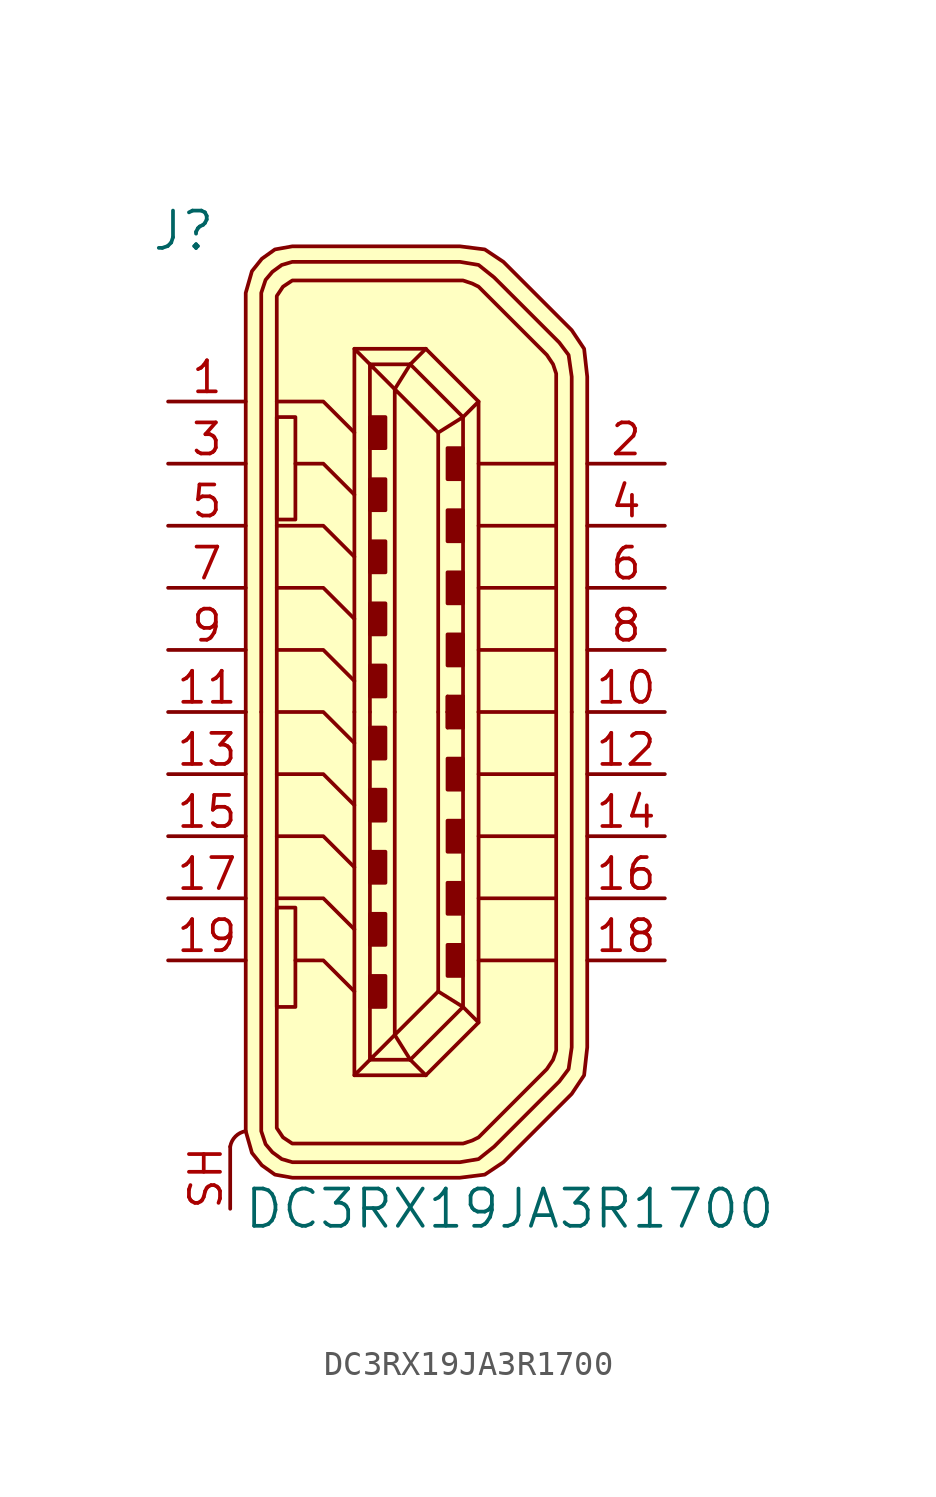
<source format=kicad_sym>
(kicad_symbol_lib
  (version 20211014)
  (generator kicad_symbol_editor)
  (symbol "DC3RX19JA3R1700"
    (pin_names
      (offset 1.016))
    (property "Reference" "J"
      (at -9.525 19.685 0)
      (effects (font (size 1.524 1.524))))
    (property "Value" "DC3RX19JA3R1700"
      (at 3.81 -20.32 0)
      (effects (font (size 1.524 1.524))))
    (symbol "DC3RX19JA3R1700_0_1"
      (arc (start -6.985 -17.145) (mid -7.4042 -17.3608) (end -7.62 -17.78) (stroke (width 0) (type default) (color 0 0 0 0)) (fill (type none)))
      (rectangle (start -5.715 -12.065) (end -4.953 -8.001) (stroke (width 0) (type default) (color 0 0 0 0)) (fill (type none)))
      (rectangle (start -5.715 12.065) (end -4.953 7.874) (stroke (width 0) (type default) (color 0 0 0 0)) (fill (type none)))
      (rectangle (start -1.27 -12.065) (end -1.905 -10.795) (stroke (width 0) (type default) (color 0 0 0 0)) (fill (type outline)))
      (rectangle (start -1.27 -9.525) (end -1.905 -8.255) (stroke (width 0) (type default) (color 0 0 0 0)) (fill (type outline)))
      (rectangle (start -1.27 -6.985) (end -1.905 -5.715) (stroke (width 0) (type default) (color 0 0 0 0)) (fill (type outline)))
      (rectangle (start -1.27 -4.445) (end -1.905 -3.175) (stroke (width 0) (type default) (color 0 0 0 0)) (fill (type outline)))
      (rectangle (start -1.27 -1.905) (end -1.905 -0.635) (stroke (width 0) (type default) (color 0 0 0 0)) (fill (type outline)))
      (rectangle (start -1.27 1.905) (end -1.905 0.635) (stroke (width 0) (type default) (color 0 0 0 0)) (fill (type outline)))
      (rectangle (start -1.27 4.445) (end -1.905 3.175) (stroke (width 0) (type default) (color 0 0 0 0)) (fill (type outline)))
      (rectangle (start -1.27 6.985) (end -1.905 5.715) (stroke (width 0) (type default) (color 0 0 0 0)) (fill (type outline)))
      (rectangle (start -1.27 9.525) (end -1.905 8.255) (stroke (width 0) (type default) (color 0 0 0 0)) (fill (type outline)))
      (rectangle (start -1.27 12.065) (end -1.905 10.795) (stroke (width 0) (type default) (color 0 0 0 0)) (fill (type outline)))
      (polyline (pts (xy -2.54 -14.859) (xy 0.381 -14.859)) (stroke (width 0) (type default) (color 0 0 0 0)) (fill (type none)))
      (polyline (pts (xy -2.54 14.859) (xy 0.381 14.859)) (stroke (width 0) (type default) (color 0 0 0 0)) (fill (type none)))
      (polyline (pts (xy -0.254 -14.224) (xy -1.905 -14.224)) (stroke (width 0) (type default) (color 0 0 0 0)) (fill (type none)))
      (polyline (pts (xy -0.254 -14.224) (xy -0.889 -13.208)) (stroke (width 0) (type default) (color 0 0 0 0)) (fill (type none)))
      (polyline (pts (xy -0.254 -14.224) (xy 0.381 -14.859)) (stroke (width 0) (type default) (color 0 0 0 0)) (fill (type none)))
      (polyline (pts (xy -0.254 14.224) (xy -1.905 14.224)) (stroke (width 0) (type default) (color 0 0 0 0)) (fill (type none)))
      (polyline (pts (xy -0.254 14.224) (xy -0.889 13.208)) (stroke (width 0) (type default) (color 0 0 0 0)) (fill (type none)))
      (polyline (pts (xy -0.254 14.224) (xy 0.381 14.859)) (stroke (width 0) (type default) (color 0 0 0 0)) (fill (type none)))
      (polyline (pts (xy 1.905 -12.065) (xy -0.254 -14.224)) (stroke (width 0) (type default) (color 0 0 0 0)) (fill (type none)))
      (polyline (pts (xy 1.905 12.065) (xy -0.254 14.224)) (stroke (width 0) (type default) (color 0 0 0 0)) (fill (type none)))
      (polyline (pts (xy 2.54 -12.7) (xy 0.381 -14.859)) (stroke (width 0) (type default) (color 0 0 0 0)) (fill (type none)))
      (polyline (pts (xy 2.54 12.7) (xy 0.381 14.859)) (stroke (width 0) (type default) (color 0 0 0 0)) (fill (type none)))
      (polyline (pts (xy -2.54 -11.43) (xy -3.81 -10.16) (xy -4.953 -10.16)) (stroke (width 0) (type default) (color 0 0 0 0)) (fill (type none)))
      (polyline (pts (xy -2.54 -8.89) (xy -3.81 -7.62) (xy -5.715 -7.62)) (stroke (width 0) (type default) (color 0 0 0 0)) (fill (type none)))
      (polyline (pts (xy -2.54 -6.35) (xy -3.81 -5.08) (xy -5.715 -5.08)) (stroke (width 0) (type default) (color 0 0 0 0)) (fill (type none)))
      (polyline (pts (xy -2.54 -3.81) (xy -3.81 -2.54) (xy -5.715 -2.54)) (stroke (width 0) (type default) (color 0 0 0 0)) (fill (type none)))
      (polyline (pts (xy -2.54 -1.27) (xy -3.81 0) (xy -5.715 0)) (stroke (width 0) (type default) (color 0 0 0 0)) (fill (type none)))
      (polyline (pts (xy -2.54 0) (xy -2.54 -14.859) (xy -1.778 -14.097)) (stroke (width 0) (type default) (color 0 0 0 0)) (fill (type none)))
      (polyline (pts (xy -2.54 0) (xy -2.54 14.859) (xy -1.778 14.097)) (stroke (width 0) (type default) (color 0 0 0 0)) (fill (type none)))
      (polyline (pts (xy -2.54 1.27) (xy -3.81 2.54) (xy -5.715 2.54)) (stroke (width 0) (type default) (color 0 0 0 0)) (fill (type none)))
      (polyline (pts (xy -2.54 3.81) (xy -3.81 5.08) (xy -5.715 5.08)) (stroke (width 0) (type default) (color 0 0 0 0)) (fill (type none)))
      (polyline (pts (xy -2.54 6.35) (xy -3.81 7.62) (xy -5.715 7.62)) (stroke (width 0) (type default) (color 0 0 0 0)) (fill (type none)))
      (polyline (pts (xy -2.54 8.89) (xy -3.81 10.16) (xy -4.953 10.16)) (stroke (width 0) (type default) (color 0 0 0 0)) (fill (type none)))
      (polyline (pts (xy -2.54 11.43) (xy -3.81 12.7) (xy -5.715 12.7)) (stroke (width 0) (type default) (color 0 0 0 0)) (fill (type none)))
      (polyline (pts (xy -0.889 -13.208) (xy -1.905 -14.224) (xy -1.905 0)) (stroke (width 0) (type default) (color 0 0 0 0)) (fill (type none)))
      (polyline (pts (xy -0.889 13.208) (xy -1.905 14.224) (xy -1.905 0)) (stroke (width 0) (type default) (color 0 0 0 0)) (fill (type none)))
      (polyline (pts (xy 0.889 -11.43) (xy -0.889 -13.208) (xy -0.889 0)) (stroke (width 0) (type default) (color 0 0 0 0)) (fill (type none)))
      (polyline (pts (xy 0.889 11.43) (xy -0.889 13.208) (xy -0.889 0)) (stroke (width 0) (type default) (color 0 0 0 0)) (fill (type none)))
      (polyline (pts (xy 2.54 0) (xy 2.54 -12.7) (xy 1.905 -12.065)) (stroke (width 0) (type default) (color 0 0 0 0)) (fill (type none)))
      (polyline (pts (xy 2.54 0) (xy 2.54 12.7) (xy 1.905 12.065)) (stroke (width 0) (type default) (color 0 0 0 0)) (fill (type none)))
      (polyline (pts (xy 5.715 -10.16) (xy 3.81 -10.16) (xy 2.54 -10.16)) (stroke (width 0) (type default) (color 0 0 0 0)) (fill (type none)))
      (polyline (pts (xy 5.715 -7.62) (xy 3.81 -7.62) (xy 2.54 -7.62)) (stroke (width 0) (type default) (color 0 0 0 0)) (fill (type none)))
      (polyline (pts (xy 5.715 -5.08) (xy 3.81 -5.08) (xy 2.54 -5.08)) (stroke (width 0) (type default) (color 0 0 0 0)) (fill (type none)))
      (polyline (pts (xy 5.715 -2.54) (xy 3.81 -2.54) (xy 2.54 -2.54)) (stroke (width 0) (type default) (color 0 0 0 0)) (fill (type none)))
      (polyline (pts (xy 5.715 0) (xy 3.81 0) (xy 2.54 0)) (stroke (width 0) (type default) (color 0 0 0 0)) (fill (type none)))
      (polyline (pts (xy 5.715 2.54) (xy 3.81 2.54) (xy 2.54 2.54)) (stroke (width 0) (type default) (color 0 0 0 0)) (fill (type none)))
      (polyline (pts (xy 5.715 5.08) (xy 3.81 5.08) (xy 2.54 5.08)) (stroke (width 0) (type default) (color 0 0 0 0)) (fill (type none)))
      (polyline (pts (xy 5.715 7.62) (xy 3.81 7.62) (xy 2.54 7.62)) (stroke (width 0) (type default) (color 0 0 0 0)) (fill (type none)))
      (polyline (pts (xy 5.715 10.16) (xy 3.81 10.16) (xy 2.54 10.16)) (stroke (width 0) (type default) (color 0 0 0 0)) (fill (type none)))
      (polyline (pts (xy 0.889 0) (xy 0.889 -11.43) (xy 1.905 -12.065) (xy 1.905 0)) (stroke (width 0) (type default) (color 0 0 0 0)) (fill (type none)))
      (polyline (pts (xy 0.889 0) (xy 0.889 11.43) (xy 1.905 12.065) (xy 1.905 0)) (stroke (width 0) (type default) (color 0 0 0 0)) (fill (type none)))
      (polyline (pts (xy 5.715 0) (xy 5.715 -13.843) (xy 5.588 -14.224) (xy 5.334 -14.605) (xy 2.54 -17.399) (xy 2.286 -17.526) (xy 1.905 -17.653) (xy -5.08 -17.653) (xy -5.461 -17.399) (xy -5.715 -17.018) (xy -5.715 0)) (stroke (width 0) (type default) (color 0 0 0 0)) (fill (type none)))
      (polyline (pts (xy 5.715 0) (xy 5.715 13.843) (xy 5.588 14.224) (xy 5.334 14.605) (xy 2.54 17.399) (xy 2.286 17.526) (xy 1.905 17.653) (xy -5.08 17.653) (xy -5.461 17.399) (xy -5.715 17.018) (xy -5.715 0)) (stroke (width 0) (type default) (color 0 0 0 0)) (fill (type none)))
      (polyline (pts (xy -6.985 0) (xy -6.985 -17.145) (xy -6.731 -18.034) (xy -6.325 -18.542) (xy -5.791 -18.923) (xy -5.08 -19.05) (xy 1.778 -19.05) (xy 2.794 -18.923) (xy 3.556 -18.415) (xy 6.35 -15.621) (xy 6.858 -14.859) (xy 6.985 -13.716) (xy 6.985 0)) (stroke (width 0) (type default) (color 0 0 0 0)) (fill (type background)))
      (polyline (pts (xy -6.985 0) (xy -6.985 17.145) (xy -6.731 18.034) (xy -6.325 18.542) (xy -5.791 18.923) (xy -5.08 19.05) (xy 1.778 19.05) (xy 2.794 18.923) (xy 3.556 18.415) (xy 6.35 15.621) (xy 6.858 14.859) (xy 6.985 13.716) (xy 6.985 0)) (stroke (width 0) (type default) (color 0 0 0 0)) (fill (type background)))
      (polyline (pts (xy 6.35 0) (xy 6.35 -13.716) (xy 6.223 -14.605) (xy 5.842 -15.113) (xy 3.175 -17.78) (xy 2.54 -18.288) (xy 1.778 -18.415) (xy -5.08 -18.415) (xy -5.512 -18.288) (xy -5.893 -18.009) (xy -6.172 -17.678) (xy -6.35 -17.145) (xy -6.35 0)) (stroke (width 0) (type default) (color 0 0 0 0)) (fill (type none)))
      (polyline (pts (xy 6.35 0) (xy 6.35 13.716) (xy 6.223 14.605) (xy 5.842 15.113) (xy 3.175 17.78) (xy 2.54 18.288) (xy 1.778 18.415) (xy -5.08 18.415) (xy -5.512 18.288) (xy -5.893 18.009) (xy -6.172 17.678) (xy -6.35 17.145) (xy -6.35 0)) (stroke (width 0) (type default) (color 0 0 0 0)) (fill (type none)))
      (rectangle (start 1.27 0) (end 1.27 -0.635) (stroke (width 0) (type default) (color 0 0 0 0)) (fill (type none)))
      (rectangle (start 1.27 0) (end 1.27 0) (stroke (width 0) (type default) (color 0 0 0 0)) (fill (type none)))
      (rectangle (start 1.27 0) (end 1.27 0.635) (stroke (width 0) (type default) (color 0 0 0 0)) (fill (type none)))
      (rectangle (start 1.27 0) (end 1.905 -0.635) (stroke (width 0) (type default) (color 0 0 0 0)) (fill (type outline)))
      (rectangle (start 1.27 0) (end 1.905 0.635) (stroke (width 0) (type default) (color 0 0 0 0)) (fill (type outline)))
      (rectangle (start 1.905 -10.795) (end 1.27 -9.525) (stroke (width 0) (type default) (color 0 0 0 0)) (fill (type outline)))
      (rectangle (start 1.905 -8.255) (end 1.27 -6.985) (stroke (width 0) (type default) (color 0 0 0 0)) (fill (type outline)))
      (rectangle (start 1.905 -5.715) (end 1.27 -4.445) (stroke (width 0) (type default) (color 0 0 0 0)) (fill (type outline)))
      (rectangle (start 1.905 -3.175) (end 1.27 -1.905) (stroke (width 0) (type default) (color 0 0 0 0)) (fill (type outline)))
      (rectangle (start 1.905 -0.635) (end 1.905 -0.635) (stroke (width 0) (type default) (color 0 0 0 0)) (fill (type none)))
      (rectangle (start 1.905 -0.635) (end 1.905 0) (stroke (width 0) (type default) (color 0 0 0 0)) (fill (type none)))
      (rectangle (start 1.905 0.635) (end 1.905 0) (stroke (width 0) (type default) (color 0 0 0 0)) (fill (type none)))
      (rectangle (start 1.905 0.635) (end 1.905 0.635) (stroke (width 0) (type default) (color 0 0 0 0)) (fill (type none)))
      (rectangle (start 1.905 3.175) (end 1.27 1.905) (stroke (width 0) (type default) (color 0 0 0 0)) (fill (type outline)))
      (rectangle (start 1.905 5.715) (end 1.27 4.445) (stroke (width 0) (type default) (color 0 0 0 0)) (fill (type outline)))
      (rectangle (start 1.905 8.255) (end 1.27 6.985) (stroke (width 0) (type default) (color 0 0 0 0)) (fill (type outline)))
      (rectangle (start 1.905 10.795) (end 1.27 9.525) (stroke (width 0) (type default) (color 0 0 0 0)) (fill (type outline))))
    (symbol "DC3RX19JA3R1700_1_1"
      (pin passive line (at -10.16 12.7 0) (length 3.175) (name "~" (effects (font (size 1.27 1.27)))) (number "1" (effects (font (size 1.27 1.27)))))
      (pin passive line (at 10.16 0 180) (length 3.175) (name "~" (effects (font (size 1.27 1.27)))) (number "10" (effects (font (size 1.27 1.27)))))
      (pin passive line (at -10.16 0 0) (length 3.175) (name "~" (effects (font (size 1.27 1.27)))) (number "11" (effects (font (size 1.27 1.27)))))
      (pin passive line (at 10.16 -2.54 180) (length 3.175) (name "~" (effects (font (size 1.27 1.27)))) (number "12" (effects (font (size 1.27 1.27)))))
      (pin passive line (at -10.16 -2.54 0) (length 3.175) (name "~" (effects (font (size 1.27 1.27)))) (number "13" (effects (font (size 1.27 1.27)))))
      (pin passive line (at 10.16 -5.08 180) (length 3.175) (name "~" (effects (font (size 1.27 1.27)))) (number "14" (effects (font (size 1.27 1.27)))))
      (pin passive line (at -10.16 -5.08 0) (length 3.175) (name "~" (effects (font (size 1.27 1.27)))) (number "15" (effects (font (size 1.27 1.27)))))
      (pin passive line (at 10.16 -7.62 180) (length 3.175) (name "~" (effects (font (size 1.27 1.27)))) (number "16" (effects (font (size 1.27 1.27)))))
      (pin passive line (at -10.16 -7.62 0) (length 3.175) (name "~" (effects (font (size 1.27 1.27)))) (number "17" (effects (font (size 1.27 1.27)))))
      (pin passive line (at 10.16 -10.16 180) (length 3.175) (name "~" (effects (font (size 1.27 1.27)))) (number "18" (effects (font (size 1.27 1.27)))))
      (pin passive line (at -10.16 -10.16 0) (length 3.175) (name "~" (effects (font (size 1.27 1.27)))) (number "19" (effects (font (size 1.27 1.27)))))
      (pin passive line (at 10.16 10.16 180) (length 3.175) (name "~" (effects (font (size 1.27 1.27)))) (number "2" (effects (font (size 1.27 1.27)))))
      (pin passive line (at -10.16 10.16 0) (length 3.175) (name "~" (effects (font (size 1.27 1.27)))) (number "3" (effects (font (size 1.27 1.27)))))
      (pin passive line (at 10.16 7.62 180) (length 3.175) (name "~" (effects (font (size 1.27 1.27)))) (number "4" (effects (font (size 1.27 1.27)))))
      (pin passive line (at -10.16 7.62 0) (length 3.175) (name "~" (effects (font (size 1.27 1.27)))) (number "5" (effects (font (size 1.27 1.27)))))
      (pin passive line (at 10.16 5.08 180) (length 3.175) (name "~" (effects (font (size 1.27 1.27)))) (number "6" (effects (font (size 1.27 1.27)))))
      (pin passive line (at -10.16 5.08 0) (length 3.175) (name "~" (effects (font (size 1.27 1.27)))) (number "7" (effects (font (size 1.27 1.27)))))
      (pin passive line (at 10.16 2.54 180) (length 3.175) (name "~" (effects (font (size 1.27 1.27)))) (number "8" (effects (font (size 1.27 1.27)))))
      (pin passive line (at -10.16 2.54 0) (length 3.175) (name "~" (effects (font (size 1.27 1.27)))) (number "9" (effects (font (size 1.27 1.27)))))
      (pin input line (at -7.62 -20.32 90) (length 2.54) (name "~" (effects (font (size 1.27 1.27)))) (number "SH" (effects (font (size 1.27 1.27))))))))
</source>
